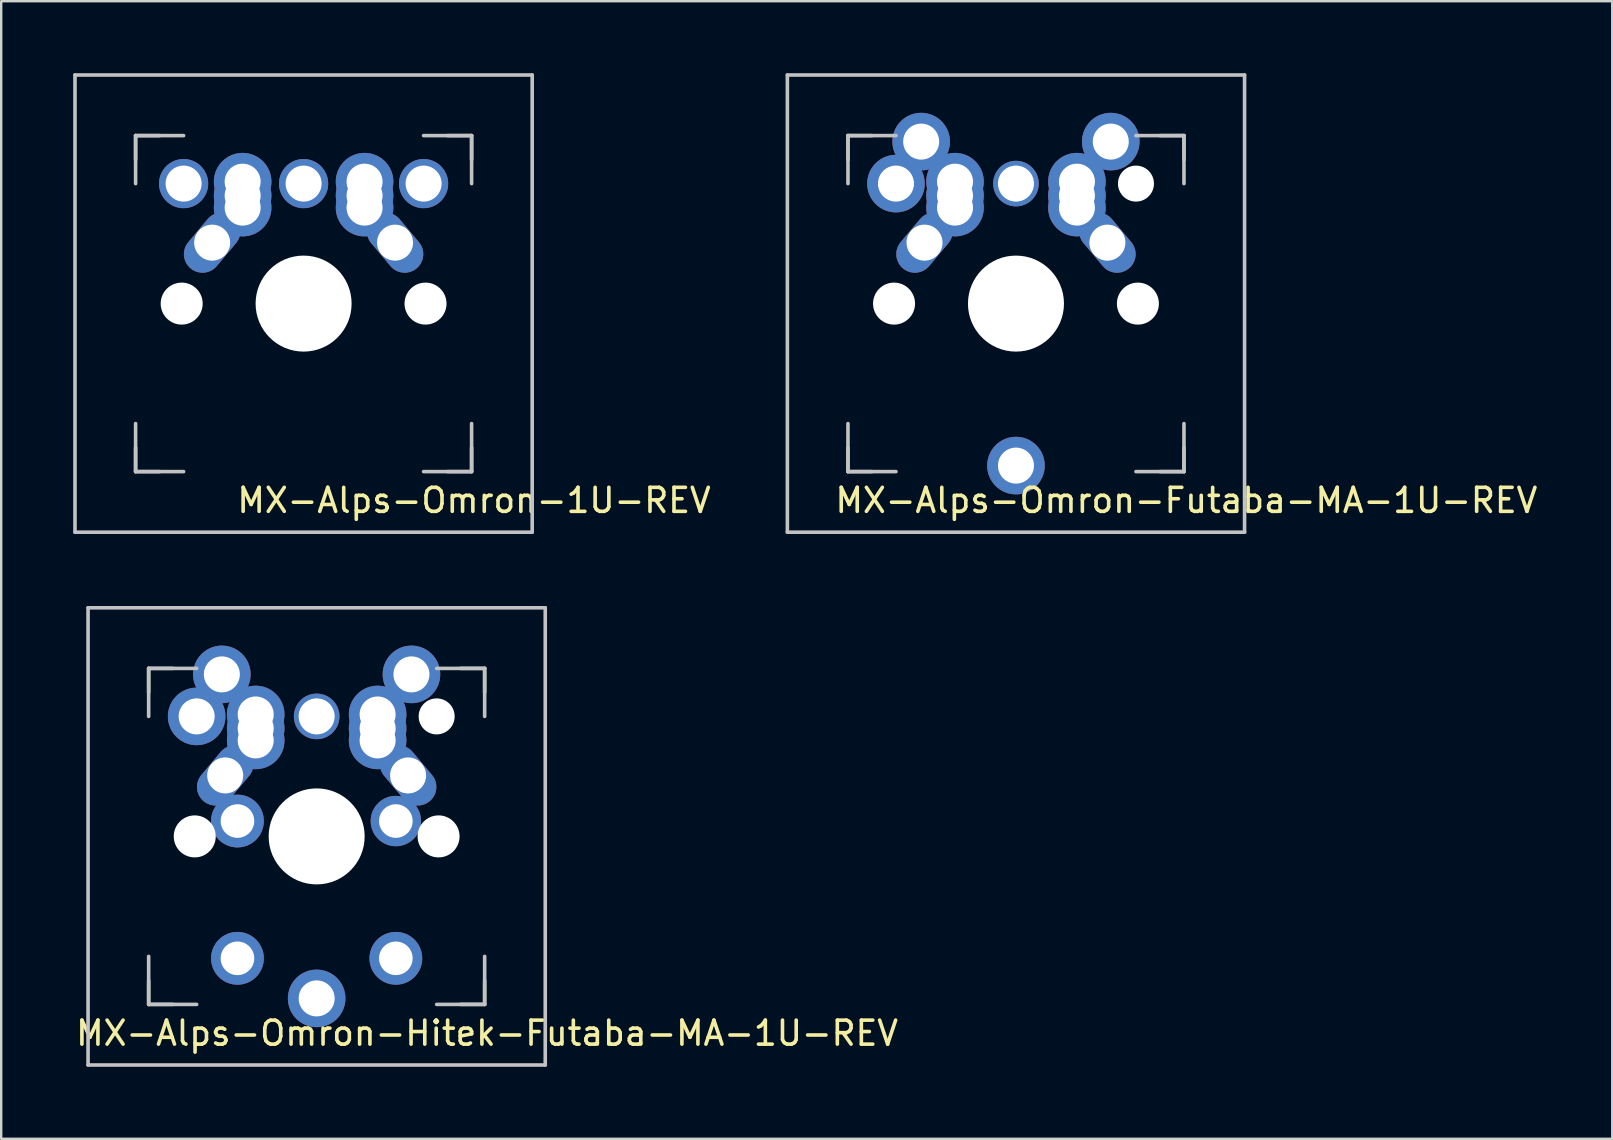
<source format=kicad_pcb>
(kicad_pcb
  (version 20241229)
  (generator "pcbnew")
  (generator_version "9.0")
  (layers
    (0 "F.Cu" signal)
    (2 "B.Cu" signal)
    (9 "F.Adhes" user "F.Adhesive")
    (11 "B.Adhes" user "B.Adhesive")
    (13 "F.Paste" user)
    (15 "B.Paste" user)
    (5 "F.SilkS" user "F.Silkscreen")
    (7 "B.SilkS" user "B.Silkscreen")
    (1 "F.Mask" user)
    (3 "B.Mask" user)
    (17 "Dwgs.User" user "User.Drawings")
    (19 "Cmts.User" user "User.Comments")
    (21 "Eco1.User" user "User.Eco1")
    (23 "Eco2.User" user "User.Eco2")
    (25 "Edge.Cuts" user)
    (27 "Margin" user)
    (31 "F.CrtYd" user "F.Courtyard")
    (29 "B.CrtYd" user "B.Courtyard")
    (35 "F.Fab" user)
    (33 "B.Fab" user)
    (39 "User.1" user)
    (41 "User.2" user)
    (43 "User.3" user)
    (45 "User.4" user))
  (footprint "MX-Alps-Omron-1U-REV"
    (layer "F.Cu")
    (at 9.6 9.6)
    (property "Reference" "MX-Alps-Omron-1U-REV" (at 7.1 8.2 0) (layer "F.SilkS") (effects (font (size 1 1) (thickness 0.15))))
    (attr through_hole)
    (fp_line (start -9.525 -9.525) (end 9.525 -9.525) (stroke (width 0.15) (type solid)) (layer "Dwgs.User"))
    (fp_line (start -9.525 9.525) (end -9.525 -9.525) (stroke (width 0.15) (type solid)) (layer "Dwgs.User"))
    (fp_line (start -7 -7) (end -7 -5) (stroke (width 0.15) (type solid)) (layer "Dwgs.User"))
    (fp_line (start -7 -7) (end -6 -7) (stroke (width 0.15) (type solid)) (layer "Dwgs.User"))
    (fp_line (start -7 -6) (end -7 -7) (stroke (width 0.15) (type solid)) (layer "Dwgs.User"))
    (fp_line (start -7 6) (end -7 7) (stroke (width 0.15) (type solid)) (layer "Dwgs.User"))
    (fp_line (start -7 7) (end -7 5) (stroke (width 0.15) (type solid)) (layer "Dwgs.User"))
    (fp_line (start -7 7) (end -6 7) (stroke (width 0.15) (type solid)) (layer "Dwgs.User"))
    (fp_line (start -5 -7) (end -7 -7) (stroke (width 0.15) (type solid)) (layer "Dwgs.User"))
    (fp_line (start -5 7) (end -7 7) (stroke (width 0.15) (type solid)) (layer "Dwgs.User"))
    (fp_line (start 5 7) (end 7 7) (stroke (width 0.15) (type solid)) (layer "Dwgs.User"))
    (fp_line (start 6 7) (end 7 7) (stroke (width 0.15) (type solid)) (layer "Dwgs.User"))
    (fp_line (start 7 -7) (end 5 -7) (stroke (width 0.15) (type solid)) (layer "Dwgs.User"))
    (fp_line (start 7 -7) (end 6 -7) (stroke (width 0.15) (type solid)) (layer "Dwgs.User"))
    (fp_line (start 7 -7) (end 7 -6) (stroke (width 0.15) (type solid)) (layer "Dwgs.User"))
    (fp_line (start 7 -5) (end 7 -7) (stroke (width 0.15) (type solid)) (layer "Dwgs.User"))
    (fp_line (start 7 7) (end 7 5) (stroke (width 0.15) (type solid)) (layer "Dwgs.User"))
    (fp_line (start 7 7) (end 7 6) (stroke (width 0.15) (type solid)) (layer "Dwgs.User"))
    (fp_line (start 9.525 -9.525) (end 9.525 9.525) (stroke (width 0.15) (type solid)) (layer "Dwgs.User"))
    (fp_line (start 9.525 9.525) (end -9.525 9.525) (stroke (width 0.15) (type solid)) (layer "Dwgs.User"))
    (pad "" np_thru_hole circle (at -5.08 0 48.1) (size 1.75 1.75) (drill 1.75) (layers "*.Cu" "*.Mask"))
    (pad "" np_thru_hole circle (at 0 0 270) (size 4 4) (drill 4) (layers "*.Cu" "*.Mask"))
    (pad "" np_thru_hole circle (at 5.08 0 180) (size 1.75 1.75) (drill 1.75) (layers "*.Cu" "*.Mask"))
    (pad "1" thru_hole circle (at -5 -5 180) (size 2.05 2.05) (drill 1.5) (layers "*.Cu" "*.Mask"))
    (pad "1" thru_hole oval (at -3.81 -2.54 50) (size 2.8 1.55) (drill 1.5) (layers "*.Cu" "*.Mask"))
    (pad "1" thru_hole circle (at -2.54 -5.08) (size 2.4 2.4) (drill 1.5) (layers "*.Cu" "*.Mask"))
    (pad "1" thru_hole circle (at -2.54 -4.5) (size 2.4 2.4) (drill 1.5) (layers "*.Cu" "*.Mask"))
    (pad "1" thru_hole circle (at -2.54 -4) (size 2.4 2.4) (drill 1.5) (layers "*.Cu" "*.Mask"))
    (pad "1" thru_hole circle (at 5 -5 180) (size 2.05 2.05) (drill 1.5) (layers "*.Cu" "*.Mask"))
    (pad "2" thru_hole circle (at 0 -5 180) (size 2.05 2.05) (drill 1.5) (layers "*.Cu" "*.Mask"))
    (pad "2" thru_hole circle (at 2.54 -5.08) (size 2.4 2.4) (drill 1.5) (layers "*.Cu" "*.Mask"))
    (pad "2" thru_hole circle (at 2.54 -4.5) (size 2.4 2.4) (drill 1.5) (layers "*.Cu" "*.Mask"))
    (pad "2" thru_hole circle (at 2.54 -4) (size 2.4 2.4) (drill 1.5) (layers "*.Cu" "*.Mask"))
    (pad "2" thru_hole oval (at 3.81 -2.54 310) (size 2.8 1.55) (drill 1.5) (layers "*.Cu" "*.Mask")))
  (footprint "MX-Alps-Omron-Hitek-Futaba-MA-1U-REV"
    (layer "F.Cu")
    (at 10.144 31.8)
    (property "Reference" "MX-Alps-Omron-Hitek-Futaba-MA-1U-REV" (at 7.1 8.2 0) (layer "F.SilkS") (effects (font (size 1 1) (thickness 0.15))))
    (attr through_hole)
    (fp_line (start -9.525 -9.525) (end 9.525 -9.525) (stroke (width 0.15) (type solid)) (layer "Dwgs.User"))
    (fp_line (start -9.525 9.525) (end -9.525 -9.525) (stroke (width 0.15) (type solid)) (layer "Dwgs.User"))
    (fp_line (start -7 -7) (end -7 -5) (stroke (width 0.15) (type solid)) (layer "Dwgs.User"))
    (fp_line (start -7 -7) (end -6 -7) (stroke (width 0.15) (type solid)) (layer "Dwgs.User"))
    (fp_line (start -7 -6) (end -7 -7) (stroke (width 0.15) (type solid)) (layer "Dwgs.User"))
    (fp_line (start -7 6) (end -7 7) (stroke (width 0.15) (type solid)) (layer "Dwgs.User"))
    (fp_line (start -7 7) (end -7 5) (stroke (width 0.15) (type solid)) (layer "Dwgs.User"))
    (fp_line (start -7 7) (end -6 7) (stroke (width 0.15) (type solid)) (layer "Dwgs.User"))
    (fp_line (start -5 -7) (end -7 -7) (stroke (width 0.15) (type solid)) (layer "Dwgs.User"))
    (fp_line (start -5 7) (end -7 7) (stroke (width 0.15) (type solid)) (layer "Dwgs.User"))
    (fp_line (start 5 7) (end 7 7) (stroke (width 0.15) (type solid)) (layer "Dwgs.User"))
    (fp_line (start 6 7) (end 7 7) (stroke (width 0.15) (type solid)) (layer "Dwgs.User"))
    (fp_line (start 7 -7) (end 5 -7) (stroke (width 0.15) (type solid)) (layer "Dwgs.User"))
    (fp_line (start 7 -7) (end 6 -7) (stroke (width 0.15) (type solid)) (layer "Dwgs.User"))
    (fp_line (start 7 -7) (end 7 -6) (stroke (width 0.15) (type solid)) (layer "Dwgs.User"))
    (fp_line (start 7 -5) (end 7 -7) (stroke (width 0.15) (type solid)) (layer "Dwgs.User"))
    (fp_line (start 7 7) (end 7 5) (stroke (width 0.15) (type solid)) (layer "Dwgs.User"))
    (fp_line (start 7 7) (end 7 6) (stroke (width 0.15) (type solid)) (layer "Dwgs.User"))
    (fp_line (start 9.525 -9.525) (end 9.525 9.525) (stroke (width 0.15) (type solid)) (layer "Dwgs.User"))
    (fp_line (start 9.525 9.525) (end -9.525 9.525) (stroke (width 0.15) (type solid)) (layer "Dwgs.User"))
    (pad "" np_thru_hole circle (at -5.08 0 48.1) (size 1.75 1.75) (drill 1.75) (layers "*.Cu" "*.Mask"))
    (pad "" np_thru_hole circle (at 0 0) (size 4 4) (drill 4) (layers "*.Cu" "*.Mask"))
    (pad "" thru_hole circle (at 0 6.75) (size 2.4 2.4) (drill 1.5) (layers "*.Cu" "*.Mask"))
    (pad "" np_thru_hole circle (at 5 -5 180) (size 1.5 1.5) (drill 1.5) (layers "*.Cu" "*.Mask"))
    (pad "" np_thru_hole circle (at 5.08 0 180) (size 1.75 1.75) (drill 1.75) (layers "*.Cu" "*.Mask"))
    (pad "1" thru_hole circle (at -5 -5 180) (size 2.4 2.4) (drill 1.5) (layers "*.Cu" "*.Mask"))
    (pad "1" thru_hole circle (at -3.95 -6.75) (size 2.4 2.4) (drill 1.5) (layers "*.Cu" "*.Mask"))
    (pad "1" thru_hole oval (at -3.81 -2.54 50) (size 2.8 1.55) (drill 1.5) (layers "*.Cu" "*.Mask"))
    (pad "1" thru_hole circle (at -3.3 -0.64) (size 2.2 2.2) (drill 1.4) (layers "*.Cu" "*.Mask"))
    (pad "1" thru_hole circle (at -3.3 5.08) (size 2.2 2.2) (drill 1.4) (layers "*.Cu" "*.Mask"))
    (pad "1" thru_hole circle (at -2.54 -5.08) (size 2.4 2.4) (drill 1.5) (layers "*.Cu" "*.Mask"))
    (pad "1" thru_hole circle (at -2.54 -4.5) (size 2.4 2.4) (drill 1.5) (layers "*.Cu" "*.Mask"))
    (pad "1" thru_hole circle (at -2.54 -4) (size 2.4 2.4) (drill 1.5) (layers "*.Cu" "*.Mask"))
    (pad "2" thru_hole circle (at 0 -5 180) (size 1.9 1.9) (drill 1.5) (layers "*.Cu" "*.Mask"))
    (pad "2" thru_hole circle (at 2.54 -5.08) (size 2.4 2.4) (drill 1.5) (layers "*.Cu" "*.Mask"))
    (pad "2" thru_hole circle (at 2.54 -4.5) (size 2.4 2.4) (drill 1.5) (layers "*.Cu" "*.Mask"))
    (pad "2" thru_hole circle (at 2.54 -4) (size 2.4 2.4) (drill 1.5) (layers "*.Cu" "*.Mask"))
    (pad "2" thru_hole circle (at 3.3 -0.64) (size 2.1 2.1) (drill 1.4) (layers "*.Cu" "*.Mask"))
    (pad "2" thru_hole circle (at 3.3 5.08) (size 2.2 2.2) (drill 1.4) (layers "*.Cu" "*.Mask"))
    (pad "2" thru_hole oval (at 3.81 -2.54 310) (size 2.8 1.55) (drill 1.5) (layers "*.Cu" "*.Mask"))
    (pad "2" thru_hole circle (at 3.95 -6.75) (size 2.4 2.4) (drill 1.5) (layers "*.Cu" "*.Mask")))
  (footprint "MX-Alps-Omron-Futaba-MA-1U-REV"
    (layer "F.Cu")
    (at 39.282 9.6)
    (property "Reference" "MX-Alps-Omron-Futaba-MA-1U-REV" (at 7.1 8.2 0) (layer "F.SilkS") (effects (font (size 1 1) (thickness 0.15))))
    (attr through_hole)
    (fp_line (start -9.525 -9.525) (end 9.525 -9.525) (stroke (width 0.15) (type solid)) (layer "Dwgs.User"))
    (fp_line (start -9.525 9.525) (end -9.525 -9.525) (stroke (width 0.15) (type solid)) (layer "Dwgs.User"))
    (fp_line (start -7 -7) (end -7 -5) (stroke (width 0.15) (type solid)) (layer "Dwgs.User"))
    (fp_line (start -7 -7) (end -6 -7) (stroke (width 0.15) (type solid)) (layer "Dwgs.User"))
    (fp_line (start -7 -6) (end -7 -7) (stroke (width 0.15) (type solid)) (layer "Dwgs.User"))
    (fp_line (start -7 6) (end -7 7) (stroke (width 0.15) (type solid)) (layer "Dwgs.User"))
    (fp_line (start -7 7) (end -7 5) (stroke (width 0.15) (type solid)) (layer "Dwgs.User"))
    (fp_line (start -7 7) (end -6 7) (stroke (width 0.15) (type solid)) (layer "Dwgs.User"))
    (fp_line (start -5 -7) (end -7 -7) (stroke (width 0.15) (type solid)) (layer "Dwgs.User"))
    (fp_line (start -5 7) (end -7 7) (stroke (width 0.15) (type solid)) (layer "Dwgs.User"))
    (fp_line (start 5 7) (end 7 7) (stroke (width 0.15) (type solid)) (layer "Dwgs.User"))
    (fp_line (start 6 7) (end 7 7) (stroke (width 0.15) (type solid)) (layer "Dwgs.User"))
    (fp_line (start 7 -7) (end 5 -7) (stroke (width 0.15) (type solid)) (layer "Dwgs.User"))
    (fp_line (start 7 -7) (end 6 -7) (stroke (width 0.15) (type solid)) (layer "Dwgs.User"))
    (fp_line (start 7 -7) (end 7 -6) (stroke (width 0.15) (type solid)) (layer "Dwgs.User"))
    (fp_line (start 7 -5) (end 7 -7) (stroke (width 0.15) (type solid)) (layer "Dwgs.User"))
    (fp_line (start 7 7) (end 7 5) (stroke (width 0.15) (type solid)) (layer "Dwgs.User"))
    (fp_line (start 7 7) (end 7 6) (stroke (width 0.15) (type solid)) (layer "Dwgs.User"))
    (fp_line (start 9.525 -9.525) (end 9.525 9.525) (stroke (width 0.15) (type solid)) (layer "Dwgs.User"))
    (fp_line (start 9.525 9.525) (end -9.525 9.525) (stroke (width 0.15) (type solid)) (layer "Dwgs.User"))
    (pad "" np_thru_hole circle (at -5.08 0 48.1) (size 1.75 1.75) (drill 1.75) (layers "*.Cu" "*.Mask"))
    (pad "" np_thru_hole circle (at 0 0 270) (size 4 4) (drill 4) (layers "*.Cu" "*.Mask"))
    (pad "" thru_hole circle (at 0 6.75) (size 2.4 2.4) (drill 1.5) (layers "*.Cu" "*.Mask"))
    (pad "" np_thru_hole circle (at 5 -5 180) (size 1.5 1.5) (drill 1.5) (layers "*.Cu" "*.Mask"))
    (pad "" np_thru_hole circle (at 5.08 0 180) (size 1.75 1.75) (drill 1.75) (layers "*.Cu" "*.Mask"))
    (pad "1" thru_hole circle (at -5 -5 180) (size 2.4 2.4) (drill 1.5) (layers "*.Cu" "*.Mask"))
    (pad "1" thru_hole circle (at -3.95 -6.75) (size 2.4 2.4) (drill 1.5) (layers "*.Cu" "*.Mask"))
    (pad "1" thru_hole oval (at -3.81 -2.54 50) (size 2.8 1.55) (drill 1.5) (layers "*.Cu" "*.Mask"))
    (pad "1" thru_hole circle (at -2.54 -5.08) (size 2.4 2.4) (drill 1.5) (layers "*.Cu" "*.Mask"))
    (pad "1" thru_hole circle (at -2.54 -4.5) (size 2.4 2.4) (drill 1.5) (layers "*.Cu" "*.Mask"))
    (pad "1" thru_hole circle (at -2.54 -4) (size 2.4 2.4) (drill 1.5) (layers "*.Cu" "*.Mask"))
    (pad "2" thru_hole circle (at 0 -5 180) (size 1.9 1.9) (drill 1.5) (layers "*.Cu" "*.Mask"))
    (pad "2" thru_hole circle (at 2.54 -5.08) (size 2.4 2.4) (drill 1.5) (layers "*.Cu" "*.Mask"))
    (pad "2" thru_hole circle (at 2.54 -4.5) (size 2.4 2.4) (drill 1.5) (layers "*.Cu" "*.Mask"))
    (pad "2" thru_hole circle (at 2.54 -4) (size 2.4 2.4) (drill 1.5) (layers "*.Cu" "*.Mask"))
    (pad "2" thru_hole oval (at 3.81 -2.54 310) (size 2.8 1.55) (drill 1.5) (layers "*.Cu" "*.Mask"))
    (pad "2" thru_hole circle (at 3.95 -6.75) (size 2.4 2.4) (drill 1.5) (layers "*.Cu" "*.Mask")))
  (gr_rect
    (start -3 -3)
    (end 64.126 44.4)
    (stroke (width 0.1) (type default))
    (fill no)
    (layer "Edge.Cuts")))
</source>
